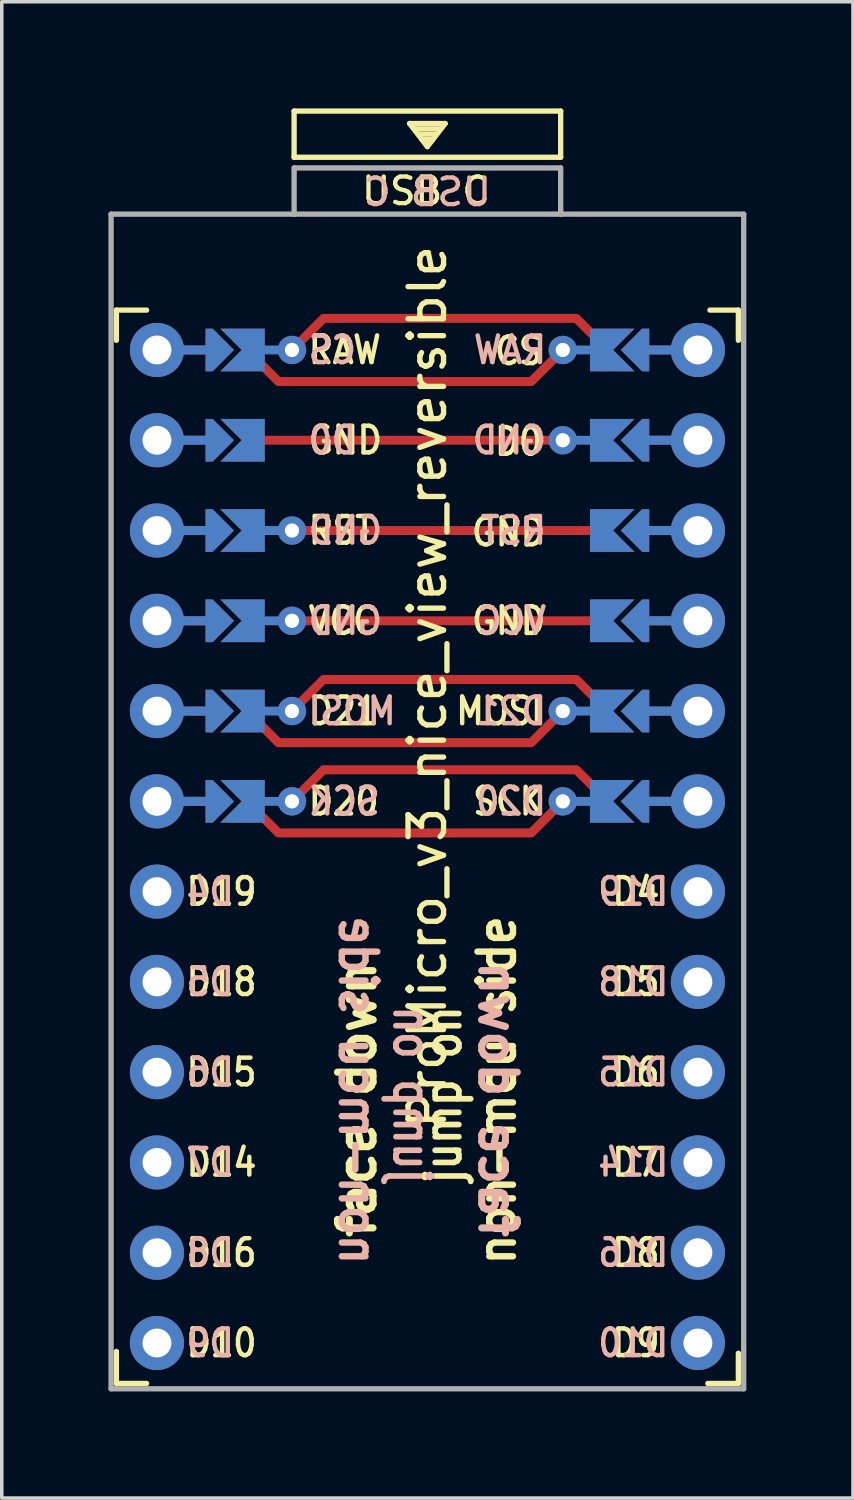
<source format=kicad_pcb>
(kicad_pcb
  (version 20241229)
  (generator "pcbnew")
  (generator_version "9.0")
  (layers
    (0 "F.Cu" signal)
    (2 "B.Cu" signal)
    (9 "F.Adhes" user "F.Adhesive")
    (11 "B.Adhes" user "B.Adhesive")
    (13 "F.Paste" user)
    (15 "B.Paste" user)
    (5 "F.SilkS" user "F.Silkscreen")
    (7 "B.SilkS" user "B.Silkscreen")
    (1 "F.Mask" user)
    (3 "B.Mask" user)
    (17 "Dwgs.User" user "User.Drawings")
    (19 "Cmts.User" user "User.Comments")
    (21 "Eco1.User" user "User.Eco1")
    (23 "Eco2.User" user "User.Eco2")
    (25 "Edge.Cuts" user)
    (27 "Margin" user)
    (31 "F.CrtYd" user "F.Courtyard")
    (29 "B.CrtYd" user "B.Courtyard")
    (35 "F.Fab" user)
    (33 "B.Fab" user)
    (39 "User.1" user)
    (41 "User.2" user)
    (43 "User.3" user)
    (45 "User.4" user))
  (footprint "ProMicro_v3_nice_view_reversible"
    (layer "F.Cu")
    (at 8.975 21.275)
    (property "Reference" "ProMicro_v3_nice_view_reversible" (at 0 -5 270) (layer "F.SilkS") (effects (font (size 1 1) (thickness 0.15))))
    (attr through_hole)
    (fp_line (start -5.842 -14.478) (end -7.62 -14.478) (stroke (width 0.254) (type default)) (layer "F.Cu"))
    (fp_line (start -5.842 -11.938) (end -7.62 -11.938) (stroke (width 0.254) (type default)) (layer "F.Cu"))
    (fp_line (start -5.842 -9.398) (end -7.62 -9.398) (stroke (width 0.254) (type default)) (layer "F.Cu"))
    (fp_line (start -5.842 -6.858) (end -7.62 -6.858) (stroke (width 0.254) (type default)) (layer "F.Cu"))
    (fp_line (start -5.842 -4.318) (end -7.62 -4.318) (stroke (width 0.254) (type default)) (layer "F.Cu"))
    (fp_line (start -5.842 -1.778) (end -7.62 -1.778) (stroke (width 0.254) (type default)) (layer "F.Cu"))
    (fp_line (start 5.842 -14.478) (end 7.62 -14.478) (stroke (width 0.254) (type default)) (layer "F.Cu"))
    (fp_line (start 5.842 -11.938) (end 7.62 -11.938) (stroke (width 0.254) (type default)) (layer "F.Cu"))
    (fp_line (start 5.842 -9.398) (end 7.62 -9.398) (stroke (width 0.254) (type default)) (layer "F.Cu"))
    (fp_line (start 5.842 -6.858) (end 7.62 -6.858) (stroke (width 0.254) (type default)) (layer "F.Cu"))
    (fp_line (start 5.842 -4.318) (end 7.62 -4.318) (stroke (width 0.254) (type default)) (layer "F.Cu"))
    (fp_line (start 5.842 -1.778) (end 7.62 -1.778) (stroke (width 0.254) (type default)) (layer "F.Cu"))
    (fp_rect (start -6.096 -14.986) (end -5.08 -13.97) (stroke (width 0.2) (type solid)) (fill yes) (layer "F.Mask"))
    (fp_rect (start -6.096 -9.898) (end -5.096 -8.898) (stroke (width 0.2) (type solid)) (fill yes) (layer "F.Mask"))
    (fp_rect (start -6.08 -12.438) (end -5.08 -11.438) (stroke (width 0.2) (type solid)) (fill yes) (layer "F.Mask"))
    (fp_rect (start -6.08 -7.358) (end -5.08 -6.358) (stroke (width 0.2) (type solid)) (fill yes) (layer "F.Mask"))
    (fp_rect (start -6.08 -4.818) (end -5.08 -3.818) (stroke (width 0.2) (type solid)) (fill yes) (layer "F.Mask"))
    (fp_rect (start -6.08 -2.278) (end -5.08 -1.278) (stroke (width 0.2) (type solid)) (fill yes) (layer "F.Mask"))
    (fp_rect (start 5.08 -14.978) (end 6.08 -13.978) (stroke (width 0.2) (type solid)) (fill yes) (layer "F.Mask"))
    (fp_rect (start 5.08 -12.438) (end 6.08 -11.438) (stroke (width 0.2) (type solid)) (fill yes) (layer "F.Mask"))
    (fp_rect (start 5.08 -9.898) (end 6.08 -8.898) (stroke (width 0.2) (type solid)) (fill yes) (layer "F.Mask"))
    (fp_rect (start 5.08 -7.358) (end 6.08 -6.358) (stroke (width 0.2) (type solid)) (fill yes) (layer "F.Mask"))
    (fp_rect (start 5.08 -4.818) (end 6.08 -3.818) (stroke (width 0.2) (type solid)) (fill yes) (layer "F.Mask"))
    (fp_rect (start 5.08 -2.278) (end 6.08 -1.278) (stroke (width 0.2) (type solid)) (fill yes) (layer "F.Mask"))
    (fp_line (start -5.842 -14.478) (end -7.62 -14.478) (stroke (width 0.254) (type default)) (layer "B.Cu"))
    (fp_line (start -5.842 -11.938) (end -7.62 -11.938) (stroke (width 0.254) (type default)) (layer "B.Cu"))
    (fp_line (start -5.842 -9.398) (end -7.62 -9.398) (stroke (width 0.254) (type default)) (layer "B.Cu"))
    (fp_line (start -5.842 -6.858) (end -7.62 -6.858) (stroke (width 0.254) (type default)) (layer "B.Cu"))
    (fp_line (start -5.842 -4.318) (end -7.62 -4.318) (stroke (width 0.254) (type default)) (layer "B.Cu"))
    (fp_line (start -5.842 -1.778) (end -7.62 -1.778) (stroke (width 0.254) (type default)) (layer "B.Cu"))
    (fp_line (start 5.842 -14.478) (end 7.62 -14.478) (stroke (width 0.254) (type default)) (layer "B.Cu"))
    (fp_line (start 5.842 -11.938) (end 7.62 -11.938) (stroke (width 0.254) (type default)) (layer "B.Cu"))
    (fp_line (start 5.842 -9.398) (end 7.62 -9.398) (stroke (width 0.254) (type default)) (layer "B.Cu"))
    (fp_line (start 5.842 -6.858) (end 7.62 -6.858) (stroke (width 0.254) (type default)) (layer "B.Cu"))
    (fp_line (start 5.842 -4.318) (end 7.62 -4.318) (stroke (width 0.254) (type default)) (layer "B.Cu"))
    (fp_line (start 5.842 -1.778) (end 7.62 -1.778) (stroke (width 0.254) (type default)) (layer "B.Cu"))
    (fp_rect (start -6.096 -14.986) (end -5.08 -13.97) (stroke (width 0.2) (type solid)) (fill yes) (layer "B.Mask"))
    (fp_rect (start -6.08 -12.438) (end -5.08 -11.438) (stroke (width 0.2) (type solid)) (fill yes) (layer "B.Mask"))
    (fp_rect (start -6.08 -9.898) (end -5.08 -8.898) (stroke (width 0.2) (type solid)) (fill yes) (layer "B.Mask"))
    (fp_rect (start -6.08 -7.358) (end -5.08 -6.358) (stroke (width 0.2) (type solid)) (fill yes) (layer "B.Mask"))
    (fp_rect (start -6.08 -4.818) (end -5.08 -3.818) (stroke (width 0.2) (type solid)) (fill yes) (layer "B.Mask"))
    (fp_rect (start -6.08 -2.278) (end -5.08 -1.278) (stroke (width 0.2) (type solid)) (fill yes) (layer "B.Mask"))
    (fp_rect (start 5.08 -14.978) (end 6.08 -13.978) (stroke (width 0.2) (type solid)) (fill yes) (layer "B.Mask"))
    (fp_rect (start 5.08 -12.438) (end 6.08 -11.438) (stroke (width 0.2) (type solid)) (fill yes) (layer "B.Mask"))
    (fp_rect (start 5.08 -9.898) (end 6.08 -8.898) (stroke (width 0.2) (type solid)) (fill yes) (layer "B.Mask"))
    (fp_rect (start 5.08 -7.358) (end 6.08 -6.358) (stroke (width 0.2) (type solid)) (fill yes) (layer "B.Mask"))
    (fp_rect (start 5.08 -4.818) (end 6.08 -3.818) (stroke (width 0.2) (type solid)) (fill yes) (layer "B.Mask"))
    (fp_rect (start 5.08 -2.278) (end 6.08 -1.278) (stroke (width 0.2) (type solid)) (fill yes) (layer "B.Mask"))
    (fp_line (start -8.75 -15.6) (end -8.75 -14.75) (stroke (width 0.15) (type solid)) (layer "F.SilkS"))
    (fp_line (start -8.75 -15.6) (end -7.9 -15.6) (stroke (width 0.15) (type solid)) (layer "F.SilkS"))
    (fp_line (start -8.75 13.7) (end -8.75 14.6) (stroke (width 0.15) (type solid)) (layer "F.SilkS"))
    (fp_line (start -8.75 14.6) (end -7.9 14.6) (stroke (width 0.15) (type solid)) (layer "F.SilkS"))
    (fp_line (start -3.75 -21.2) (end -3.75 -19.9) (stroke (width 0.15) (type solid)) (layer "F.SilkS"))
    (fp_line (start -3.75 -19.9) (end 3.75 -19.9) (stroke (width 0.15) (type solid)) (layer "F.SilkS"))
    (fp_line (start -0.5 -20.85) (end 0.5 -20.85) (stroke (width 0.15) (type solid)) (layer "F.SilkS"))
    (fp_line (start -0.35 -20.7) (end 0.35 -20.7) (stroke (width 0.15) (type solid)) (layer "F.SilkS"))
    (fp_line (start -0.25 -20.55) (end 0.25 -20.55) (stroke (width 0.15) (type solid)) (layer "F.SilkS"))
    (fp_line (start -0.15 -20.4) (end 0.15 -20.4) (stroke (width 0.15) (type solid)) (layer "F.SilkS"))
    (fp_line (start 0 -20.2) (end -0.5 -20.85) (stroke (width 0.15) (type solid)) (layer "F.SilkS"))
    (fp_line (start 0.5 -20.85) (end 0 -20.2) (stroke (width 0.15) (type solid)) (layer "F.SilkS"))
    (fp_line (start 3.75 -21.2) (end -3.75 -21.2) (stroke (width 0.15) (type solid)) (layer "F.SilkS"))
    (fp_line (start 3.75 -19.9) (end 3.75 -21.2) (stroke (width 0.15) (type solid)) (layer "F.SilkS"))
    (fp_line (start 8.75 -15.6) (end 7.95 -15.6) (stroke (width 0.15) (type solid)) (layer "F.SilkS"))
    (fp_line (start 8.75 -15.6) (end 8.75 -14.75) (stroke (width 0.15) (type solid)) (layer "F.SilkS"))
    (fp_line (start 8.75 13.75) (end 8.75 14.6) (stroke (width 0.15) (type solid)) (layer "F.SilkS"))
    (fp_line (start 8.75 14.6) (end 7.89 14.6) (stroke (width 0.15) (type solid)) (layer "F.SilkS"))
    (fp_line (start -8.9 -18.3) (end -3.75 -18.3) (stroke (width 0.15) (type solid)) (layer "F.Fab"))
    (fp_line (start -8.9 14.75) (end -8.9 -18.3) (stroke (width 0.15) (type solid)) (layer "F.Fab"))
    (fp_line (start -3.75 -19.6) (end -3.75 -18.299) (stroke (width 0.15) (type solid)) (layer "F.Fab"))
    (fp_line (start -3.75 -19.6) (end 3.75 -19.6) (stroke (width 0.15) (type solid)) (layer "F.Fab"))
    (fp_line (start -3.75 -18.3) (end 3.75 -18.3) (stroke (width 0.15) (type solid)) (layer "F.Fab"))
    (fp_line (start 3.75 -19.6) (end 3.75 -18.3) (stroke (width 0.15) (type solid)) (layer "F.Fab"))
    (fp_line (start 3.76 -18.3) (end 8.9 -18.3) (stroke (width 0.15) (type solid)) (layer "F.Fab"))
    (fp_line (start 8.9 -18.3) (end 8.9 14.75) (stroke (width 0.15) (type solid)) (layer "F.Fab"))
    (fp_line (start 8.9 14.75) (end -8.9 14.75) (stroke (width 0.15) (type solid)) (layer "F.Fab"))
    (fp_text user "D15" (at -6.847 5.842 0) (unlocked yes) (layer "F.SilkS") (effects (font (size 0.75 0.67) (thickness 0.125)) (justify left)))
    (fp_text user "D9" (at 6.604 13.462 0) (unlocked yes) (layer "F.SilkS") (effects (font (size 0.75 0.67) (thickness 0.125)) (justify right)))
    (fp_text user "face down" (at -1.397 6.604 90) (unlocked yes) (layer "F.SilkS") (effects (font (size 1 1) (thickness 0.2) (bold yes)) (justify bottom)))
    (fp_text user "D18" (at -6.847 3.302 0) (unlocked yes) (layer "F.SilkS") (effects (font (size 0.75 0.67) (thickness 0.125)) (justify left)))
    (fp_text user "D16" (at -6.847 10.922 0) (unlocked yes) (layer "F.SilkS") (effects (font (size 0.75 0.67) (thickness 0.125)) (justify left)))
    (fp_text user "RST" (at -3.41 -9.398 0) (unlocked yes) (layer "F.SilkS") (effects (font (size 0.75 0.67) (thickness 0.125)) (justify left)))
    (fp_text user "D8" (at 6.604 10.922 0) (unlocked yes) (layer "F.SilkS") (effects (font (size 0.75 0.67) (thickness 0.125)) (justify right)))
    (fp_text user "MOSI" (at 2.032 -4.318 0) (unlocked yes) (layer "F.SilkS") (effects (font (size 0.75 0.67) (thickness 0.125))))
    (fp_text user "D6" (at 6.604 5.842 0) (unlocked yes) (layer "F.SilkS") (effects (font (size 0.75 0.67) (thickness 0.125)) (justify right)))
    (fp_text user "CS" (at 3.302 -14.45 0) (unlocked yes) (layer "F.SilkS") (effects (font (size 0.75 0.67) (thickness 0.125)) (justify right)))
    (fp_text user "D0" (at 3.302 -11.9 0) (unlocked yes) (layer "F.SilkS") (effects (font (size 0.75 0.67) (thickness 0.125)) (justify right)))
    (fp_text user "jump on" (at 1.016 6.477 90) (unlocked yes) (layer "F.SilkS") (effects (font (size 1 0.8) (thickness 0.16) (bold yes)) (justify bottom)))
    (fp_text user "SCK" (at 2.286 -1.778 0) (unlocked yes) (layer "F.SilkS") (effects (font (size 0.75 0.67) (thickness 0.125))))
    (fp_text user "D21" (at -3.41 -4.318 0) (unlocked yes) (layer "F.SilkS") (effects (font (size 0.75 0.67) (thickness 0.125)) (justify left)))
    (fp_text user "GND" (at -3.41 -11.938 0) (unlocked yes) (layer "F.SilkS") (effects (font (size 0.75 0.67) (thickness 0.125)) (justify left)))
    (fp_text user "D14" (at -6.847 8.382 0) (unlocked yes) (layer "F.SilkS") (effects (font (size 0.75 0.67) (thickness 0.125)) (justify left)))
    (fp_text user "GND" (at 2.282 -9.35 0) (unlocked yes) (layer "F.SilkS") (effects (font (size 0.75 0.67) (thickness 0.125))))
    (fp_text user "D10" (at -6.847 13.462 0) (unlocked yes) (layer "F.SilkS") (effects (font (size 0.75 0.67) (thickness 0.125)) (justify left)))
    (fp_text user "RAW" (at -3.41 -14.478 0) (unlocked yes) (layer "F.SilkS") (effects (font (size 0.75 0.67) (thickness 0.125)) (justify left)))
    (fp_text user "D7" (at 6.604 8.382 0) (unlocked yes) (layer "F.SilkS") (effects (font (size 0.75 0.67) (thickness 0.125)) (justify right)))
    (fp_text user "D20" (at -3.41 -1.778 0) (unlocked yes) (layer "F.SilkS") (effects (font (size 0.75 0.67) (thickness 0.125)) (justify left)))
    (fp_text user "non-mcu side" (at 2.54 6.35 90) (unlocked yes) (layer "F.SilkS") (effects (font (size 1 0.9) (thickness 0.18) (bold yes)) (justify bottom)))
    (fp_text user "D19" (at -6.847 0.762 0) (unlocked yes) (layer "F.SilkS") (effects (font (size 0.75 0.67) (thickness 0.125)) (justify left)))
    (fp_text user "GND" (at 2.286 -6.858 0) (unlocked yes) (layer "F.SilkS") (effects (font (size 0.75 0.67) (thickness 0.125))))
    (fp_text user "VCC" (at -3.41 -6.858 0) (unlocked yes) (layer "F.SilkS") (effects (font (size 0.75 0.67) (thickness 0.125)) (justify left)))
    (fp_text user "USB C" (at -0.05 -18.95 0) (layer "F.SilkS") (effects (font (size 0.75 0.75) (thickness 0.12))))
    (fp_text user "D5" (at 6.604 3.302 0) (unlocked yes) (layer "F.SilkS") (effects (font (size 0.75 0.67) (thickness 0.125)) (justify right)))
    (fp_text user "D4" (at 6.604 0.762 0) (unlocked yes) (layer "F.SilkS") (effects (font (size 0.75 0.67) (thickness 0.125)) (justify right)))
    (fp_text user "D14" (at 6.849 8.382 0) (unlocked yes) (layer "B.SilkS") (effects (font (size 0.75 0.67) (thickness 0.125)) (justify left mirror)))
    (fp_text user "D20" (at 3.41 -1.778 0) (unlocked yes) (layer "B.SilkS") (effects (font (size 0.75 0.67) (thickness 0.125)) (justify left mirror)))
    (fp_text user "D4" (at -6.847 0.762 0) (unlocked yes) (layer "B.SilkS") (effects (font (size 0.75 0.67) (thickness 0.125)) (justify right mirror)))
    (fp_text user "D16" (at 6.849 10.922 0) (unlocked yes) (layer "B.SilkS") (effects (font (size 0.75 0.67) (thickness 0.125)) (justify left mirror)))
    (fp_text user "face down" (at 1.397 6.604 270) (unlocked yes) (layer "B.SilkS") (effects (font (size 1 1) (thickness 0.2) (bold yes)) (justify bottom mirror)))
    (fp_text user "D15" (at 6.849 5.842 0) (unlocked yes) (layer "B.SilkS") (effects (font (size 0.75 0.67) (thickness 0.125)) (justify left mirror)))
    (fp_text user "GND" (at -3.41 -9.398 0) (unlocked yes) (layer "B.SilkS") (effects (font (size 0.75 0.67) (thickness 0.125)) (justify right mirror)))
    (fp_text user "USB C" (at 0 -18.923 0) (layer "B.SilkS") (effects (font (size 0.75 0.75) (thickness 0.12)) (justify mirror)))
    (fp_text user "RST" (at 3.41 -9.398 0) (unlocked yes) (layer "B.SilkS") (effects (font (size 0.75 0.67) (thickness 0.125)) (justify left mirror)))
    (fp_text user "D9" (at -6.847 13.462 0) (unlocked yes) (layer "B.SilkS") (effects (font (size 0.75 0.67) (thickness 0.125)) (justify right mirror)))
    (fp_text user "RAW" (at 3.41 -14.478 0) (unlocked yes) (layer "B.SilkS") (effects (font (size 0.75 0.67) (thickness 0.125)) (justify left mirror)))
    (fp_text user "D8" (at -6.847 10.922 0) (unlocked yes) (layer "B.SilkS") (effects (font (size 0.75 0.67) (thickness 0.125)) (justify right mirror)))
    (fp_text user "MOSI" (at -3.41 -4.318 0) (unlocked yes) (layer "B.SilkS") (effects (font (size 0.75 0.67) (thickness 0.125)) (justify right mirror)))
    (fp_text user "VCC" (at 3.41 -6.858 0) (unlocked yes) (layer "B.SilkS") (effects (font (size 0.75 0.67) (thickness 0.125)) (justify left mirror)))
    (fp_text user "D5" (at -6.847 3.302 0) (unlocked yes) (layer "B.SilkS") (effects (font (size 0.75 0.67) (thickness 0.125)) (justify right mirror)))
    (fp_text user "SCK" (at -3.41 -1.778 0) (unlocked yes) (layer "B.SilkS") (effects (font (size 0.75 0.67) (thickness 0.125)) (justify right mirror)))
    (fp_text user "GND" (at 3.41 -11.938 0) (unlocked yes) (layer "B.SilkS") (effects (font (size 0.75 0.67) (thickness 0.125)) (justify left mirror)))
    (fp_text user "D21" (at 3.41 -4.318 0) (unlocked yes) (layer "B.SilkS") (effects (font (size 0.75 0.67) (thickness 0.125)) (justify left mirror)))
    (fp_text user "D0" (at -3.41 -11.938 0) (unlocked yes) (layer "B.SilkS") (effects (font (size 0.75 0.67) (thickness 0.125)) (justify right mirror)))
    (fp_text user "D6" (at -6.847 5.842 0) (unlocked yes) (layer "B.SilkS") (effects (font (size 0.75 0.67) (thickness 0.125)) (justify right mirror)))
    (fp_text user "D19" (at 6.849 0.762 0) (unlocked yes) (layer "B.SilkS") (effects (font (size 0.75 0.67) (thickness 0.125)) (justify left mirror)))
    (fp_text user "D10" (at 6.849 13.462 0) (unlocked yes) (layer "B.SilkS") (effects (font (size 0.75 0.67) (thickness 0.125)) (justify left mirror)))
    (fp_text user "CS" (at -3.41 -14.478 0) (unlocked yes) (layer "B.SilkS") (effects (font (size 0.75 0.67) (thickness 0.125)) (justify right mirror)))
    (fp_text user "D18" (at 6.849 3.302 0) (unlocked yes) (layer "B.SilkS") (effects (font (size 0.75 0.67) (thickness 0.125)) (justify left mirror)))
    (fp_text user "jump on" (at -1.016 6.477 270) (unlocked yes) (layer "B.SilkS") (effects (font (size 1 0.8) (thickness 0.16) (bold yes)) (justify bottom mirror)))
    (fp_text user "GND" (at -3.41 -6.858 0) (unlocked yes) (layer "B.SilkS") (effects (font (size 0.75 0.67) (thickness 0.125)) (justify right mirror)))
    (fp_text user "non-mcu side" (at -2.54 6.35 270) (unlocked yes) (layer "B.SilkS") (effects (font (size 1 0.9) (thickness 0.18) (bold yes)) (justify bottom mirror)))
    (fp_text user "D7" (at -6.847 8.382 0) (unlocked yes) (layer "B.SilkS") (effects (font (size 0.75 0.67) (thickness 0.125)) (justify right mirror)))
    (pad "" thru_hole circle (at -7.609 -14.478) (size 1.524 1.524) (drill 0.813) (layers "*.Cu" "*.Mask"))
    (pad "" thru_hole circle (at -7.609 -11.938) (size 1.524 1.524) (drill 0.813) (layers "*.Cu" "*.Mask"))
    (pad "" thru_hole circle (at -7.609 -9.398) (size 1.524 1.524) (drill 0.813) (layers "*.Cu" "*.Mask"))
    (pad "" thru_hole circle (at -7.609 -6.858) (size 1.524 1.524) (drill 0.813) (layers "*.Cu" "*.Mask"))
    (pad "" thru_hole circle (at -7.609 -4.318) (size 1.524 1.524) (drill 0.813) (layers "*.Cu" "*.Mask"))
    (pad "" thru_hole circle (at -7.609 -1.778) (size 1.524 1.524) (drill 0.813) (layers "*.Cu" "*.Mask"))
    (pad "" smd custom (at -5.842 -14.478 90) (size 0.1 0.1) (layers "F.Cu" "F.Mask") (options (anchor rect)) (primitives (gr_poly (pts (xy 0.6 -0.4) (xy -0.6 -0.4) (xy -0.6 -0.2) (xy 0 0.4) (xy 0.6 -0.2)) (width 0) (fill yes))))
    (pad "" smd custom (at -5.842 -14.478 90) (size 0.1 0.1) (layers "B.Cu" "B.Mask") (options (anchor rect)) (primitives (gr_poly (pts (xy 0.6 -0.4) (xy -0.6 -0.4) (xy -0.6 -0.2) (xy 0 0.4) (xy 0.6 -0.2)) (width 0) (fill yes))))
    (pad "" smd custom (at -5.842 -11.938 90) (size 0.1 0.1) (layers "F.Cu" "F.Mask") (options (anchor rect)) (primitives (gr_poly (pts (xy 0.6 -0.4) (xy -0.6 -0.4) (xy -0.6 -0.2) (xy 0 0.4) (xy 0.6 -0.2)) (width 0) (fill yes))))
    (pad "" smd custom (at -5.842 -11.938 90) (size 0.1 0.1) (layers "B.Cu" "B.Mask") (options (anchor rect)) (primitives (gr_poly (pts (xy 0.6 -0.4) (xy -0.6 -0.4) (xy -0.6 -0.2) (xy 0 0.4) (xy 0.6 -0.2)) (width 0) (fill yes))))
    (pad "" smd custom (at -5.842 -9.398 90) (size 0.1 0.1) (layers "F.Cu" "F.Mask") (options (anchor rect)) (primitives (gr_poly (pts (xy 0.6 -0.4) (xy -0.6 -0.4) (xy -0.6 -0.2) (xy 0 0.4) (xy 0.6 -0.2)) (width 0) (fill yes))))
    (pad "" smd custom (at -5.842 -9.398 90) (size 0.1 0.1) (layers "B.Cu" "B.Mask") (options (anchor rect)) (primitives (gr_poly (pts (xy 0.6 -0.4) (xy -0.6 -0.4) (xy -0.6 -0.2) (xy 0 0.4) (xy 0.6 -0.2)) (width 0) (fill yes))))
    (pad "" smd custom (at -5.842 -6.858 90) (size 0.1 0.1) (layers "F.Cu" "F.Mask") (options (anchor rect)) (primitives (gr_poly (pts (xy 0.6 -0.4) (xy -0.6 -0.4) (xy -0.6 -0.2) (xy 0 0.4) (xy 0.6 -0.2)) (width 0) (fill yes))))
    (pad "" smd custom (at -5.842 -6.858 90) (size 0.1 0.1) (layers "B.Cu" "B.Mask") (options (anchor rect)) (primitives (gr_poly (pts (xy 0.6 -0.4) (xy -0.6 -0.4) (xy -0.6 -0.2) (xy 0 0.4) (xy 0.6 -0.2)) (width 0) (fill yes))))
    (pad "" smd custom (at -5.842 -4.318 90) (size 0.1 0.1) (layers "F.Cu" "F.Mask") (options (anchor rect)) (primitives (gr_poly (pts (xy 0.6 -0.4) (xy -0.6 -0.4) (xy -0.6 -0.2) (xy 0 0.4) (xy 0.6 -0.2)) (width 0) (fill yes))))
    (pad "" smd custom (at -5.842 -4.318 90) (size 0.1 0.1) (layers "B.Cu" "B.Mask") (options (anchor rect)) (primitives (gr_poly (pts (xy 0.6 -0.4) (xy -0.6 -0.4) (xy -0.6 -0.2) (xy 0 0.4) (xy 0.6 -0.2)) (width 0) (fill yes))))
    (pad "" smd custom (at -5.842 -1.778 90) (size 0.1 0.1) (layers "F.Cu" "F.Mask") (options (anchor rect)) (primitives (gr_poly (pts (xy 0.6 -0.4) (xy -0.6 -0.4) (xy -0.6 -0.2) (xy 0 0.4) (xy 0.6 -0.2)) (width 0) (fill yes))))
    (pad "" smd custom (at -5.842 -1.778 90) (size 0.1 0.1) (layers "B.Cu" "B.Mask") (options (anchor rect)) (primitives (gr_poly (pts (xy 0.6 -0.4) (xy -0.6 -0.4) (xy -0.6 -0.2) (xy 0 0.4) (xy 0.6 -0.2)) (width 0) (fill yes))))
    (pad "" smd custom (at 5.842 -14.478 270) (size 0.1 0.1) (layers "F.Cu" "F.Mask") (options (anchor rect)) (primitives (gr_poly (pts (xy 0.6 -0.4) (xy -0.6 -0.4) (xy -0.6 -0.2) (xy 0 0.4) (xy 0.6 -0.2)) (width 0) (fill yes))))
    (pad "" smd custom (at 5.842 -14.478 270) (size 0.1 0.1) (layers "B.Cu" "B.Mask") (options (anchor rect)) (primitives (gr_poly (pts (xy 0.6 -0.4) (xy -0.6 -0.4) (xy -0.6 -0.2) (xy 0 0.4) (xy 0.6 -0.2)) (width 0) (fill yes))))
    (pad "" smd custom (at 5.842 -11.938 270) (size 0.1 0.1) (layers "F.Cu" "F.Mask") (options (anchor rect)) (primitives (gr_poly (pts (xy 0.6 -0.4) (xy -0.6 -0.4) (xy -0.6 -0.2) (xy 0 0.4) (xy 0.6 -0.2)) (width 0) (fill yes))))
    (pad "" smd custom (at 5.842 -11.938 270) (size 0.1 0.1) (layers "B.Cu" "B.Mask") (options (anchor rect)) (primitives (gr_poly (pts (xy 0.6 -0.4) (xy -0.6 -0.4) (xy -0.6 -0.2) (xy 0 0.4) (xy 0.6 -0.2)) (width 0) (fill yes))))
    (pad "" smd custom (at 5.842 -9.398 270) (size 0.1 0.1) (layers "F.Cu" "F.Mask") (options (anchor rect)) (primitives (gr_poly (pts (xy 0.6 -0.4) (xy -0.6 -0.4) (xy -0.6 -0.2) (xy 0 0.4) (xy 0.6 -0.2)) (width 0) (fill yes))))
    (pad "" smd custom (at 5.842 -9.398 270) (size 0.1 0.1) (layers "B.Cu" "B.Mask") (options (anchor rect)) (primitives (gr_poly (pts (xy 0.6 -0.4) (xy -0.6 -0.4) (xy -0.6 -0.2) (xy 0 0.4) (xy 0.6 -0.2)) (width 0) (fill yes))))
    (pad "" smd custom (at 5.842 -6.858 270) (size 0.1 0.1) (layers "F.Cu" "F.Mask") (options (anchor rect)) (primitives (gr_poly (pts (xy 0.6 -0.4) (xy -0.6 -0.4) (xy -0.6 -0.2) (xy 0 0.4) (xy 0.6 -0.2)) (width 0) (fill yes))))
    (pad "" smd custom (at 5.842 -6.858 270) (size 0.1 0.1) (layers "B.Cu" "B.Mask") (options (anchor rect)) (primitives (gr_poly (pts (xy 0.6 -0.4) (xy -0.6 -0.4) (xy -0.6 -0.2) (xy 0 0.4) (xy 0.6 -0.2)) (width 0) (fill yes))))
    (pad "" smd custom (at 5.842 -4.318 270) (size 0.1 0.1) (layers "F.Cu" "F.Mask") (options (anchor rect)) (primitives (gr_poly (pts (xy 0.6 -0.4) (xy -0.6 -0.4) (xy -0.6 -0.2) (xy 0 0.4) (xy 0.6 -0.2)) (width 0) (fill yes))))
    (pad "" smd custom (at 5.842 -4.318 270) (size 0.1 0.1) (layers "B.Cu" "B.Mask") (options (anchor rect)) (primitives (gr_poly (pts (xy 0.6 -0.4) (xy -0.6 -0.4) (xy -0.6 -0.2) (xy 0 0.4) (xy 0.6 -0.2)) (width 0) (fill yes))))
    (pad "" smd custom (at 5.842 -1.778 270) (size 0.1 0.1) (layers "F.Cu" "F.Mask") (options (anchor rect)) (primitives (gr_poly (pts (xy 0.6 -0.4) (xy -0.6 -0.4) (xy -0.6 -0.2) (xy 0 0.4) (xy 0.6 -0.2)) (width 0) (fill yes))))
    (pad "" smd custom (at 5.842 -1.778 270) (size 0.1 0.1) (layers "B.Cu" "B.Mask") (options (anchor rect)) (primitives (gr_poly (pts (xy 0.6 -0.4) (xy -0.6 -0.4) (xy -0.6 -0.2) (xy 0 0.4) (xy 0.6 -0.2)) (width 0) (fill yes))))
    (pad "" thru_hole circle (at 7.611 -14.478) (size 1.524 1.524) (drill 0.813) (layers "*.Cu" "*.Mask"))
    (pad "" thru_hole circle (at 7.611 -11.938) (size 1.524 1.524) (drill 0.813) (layers "*.Cu" "*.Mask"))
    (pad "" thru_hole circle (at 7.611 -9.398) (size 1.524 1.524) (drill 0.813) (layers "*.Cu" "*.Mask"))
    (pad "" thru_hole circle (at 7.611 -6.858) (size 1.524 1.524) (drill 0.813) (layers "*.Cu" "*.Mask"))
    (pad "" thru_hole circle (at 7.611 -4.318) (size 1.524 1.524) (drill 0.813) (layers "*.Cu" "*.Mask"))
    (pad "" thru_hole circle (at 7.611 -1.778) (size 1.524 1.524) (drill 0.813) (layers "*.Cu" "*.Mask"))
    (pad "1" smd custom (at -4.826 -14.478 90) (size 1.2 0.5) (layers "F.Cu" "F.Mask") (options (anchor rect)) (primitives (gr_line (start 0 -0.254) (end -0.889 0.635) (width 0.254)) (gr_line (start -0.889 0.635) (end -0.889 7.747) (width 0.254)) (gr_line (start 0 8.636) (end -0.889 7.747) (width 0.254)) (gr_poly (pts (xy 0.6 0) (xy -0.6 0) (xy -0.6 -1) (xy 0 -0.4) (xy 0.6 -1)) (width 0) (fill yes))))
    (pad "1" thru_hole circle (at 3.81 -14.478 90) (size 0.8 0.8) (drill 0.4) (layers "*.Cu"))
    (pad "1" smd custom (at 4.826 -14.478 270) (size 1.2 0.5) (layers "B.Cu" "B.Mask") (options (anchor rect)) (primitives (gr_line (start 0 -0.25) (end 0 1.016) (width 0.25)) (gr_poly (pts (xy 0.6 0) (xy -0.6 0) (xy -0.6 -1) (xy 0 -0.4) (xy 0.6 -1)) (width 0) (fill yes))))
    (pad "2" smd custom (at -4.826 -11.938 90) (size 1.2 0.5) (layers "F.Cu" "F.Mask") (options (anchor rect)) (primitives (gr_line (start 0 -0.25) (end 0 8.636) (width 0.25)) (gr_poly (pts (xy 0.6 0) (xy -0.6 0) (xy -0.6 -1) (xy 0 -0.4) (xy 0.6 -1)) (width 0) (fill yes))))
    (pad "2" thru_hole circle (at 3.81 -11.938 90) (size 0.8 0.8) (drill 0.4) (layers "*.Cu"))
    (pad "2" smd custom (at 4.826 -11.938 270) (size 1.2 0.5) (layers "B.Cu" "B.Mask") (options (anchor rect)) (primitives (gr_line (start 0 -0.25) (end 0 1.016) (width 0.25)) (gr_poly (pts (xy 0.6 0) (xy -0.6 0) (xy -0.6 -1) (xy 0 -0.4) (xy 0.6 -1)) (width 0) (fill yes))))
    (pad "3" smd custom (at -4.826 -9.398 90) (size 1.2 0.5) (layers "F.Cu" "F.Mask") (options (anchor rect)) (primitives (gr_poly (pts (xy 0.6 0) (xy -0.6 0) (xy -0.6 -1) (xy 0 -0.4) (xy 0.6 -1)) (width 0) (fill yes))))
    (pad "3" smd custom (at 4.826 -9.398 270) (size 1.2 0.5) (layers "B.Cu" "B.Mask") (options (anchor rect)) (primitives (gr_poly (pts (xy 0.6 0) (xy -0.6 0) (xy -0.6 -1) (xy 0 -0.4) (xy 0.6 -1)) (width 0) (fill yes))))
    (pad "4" smd custom (at -4.826 -6.858 90) (size 1.2 0.5) (layers "F.Cu" "F.Mask") (options (anchor rect)) (primitives (gr_poly (pts (xy 0.6 0) (xy -0.6 0) (xy -0.6 -1) (xy 0 -0.4) (xy 0.6 -1)) (width 0) (fill yes))))
    (pad "4" smd custom (at 4.826 -6.858 270) (size 1.2 0.5) (layers "B.Cu" "B.Mask") (options (anchor rect)) (primitives (gr_poly (pts (xy 0.6 0) (xy -0.6 0) (xy -0.6 -1) (xy 0 -0.4) (xy 0.6 -1)) (width 0) (fill yes))))
    (pad "5" smd custom (at -4.826 -4.318 90) (size 1.2 0.5) (layers "F.Cu" "F.Mask") (options (anchor rect)) (primitives (gr_line (start 0 -0.254) (end -0.889 0.635) (width 0.254)) (gr_line (start -0.889 0.635) (end -0.889 7.747) (width 0.254)) (gr_line (start 0 8.636) (end -0.889 7.747) (width 0.254)) (gr_poly (pts (xy 0.6 0) (xy -0.6 0) (xy -0.6 -1) (xy 0 -0.4) (xy 0.6 -1)) (width 0) (fill yes))))
    (pad "5" thru_hole circle (at 3.81 -4.318 90) (size 0.8 0.8) (drill 0.4) (layers "*.Cu"))
    (pad "5" smd custom (at 4.826 -4.318 270) (size 1.2 0.5) (layers "B.Cu" "B.Mask") (options (anchor rect)) (primitives (gr_poly (pts (xy 0.6 0) (xy -0.6 0) (xy -0.6 -1) (xy 0 -0.4) (xy 0.6 -1)) (width 0) (fill yes)) (gr_line (start 0 -0.254) (end 0 1.016) (width 0.254))))
    (pad "6" smd custom (at -4.826 -1.778 90) (size 1.2 0.5) (layers "F.Cu" "F.Mask") (options (anchor rect)) (primitives (gr_poly (pts (xy 0.6 0) (xy -0.6 0) (xy -0.6 -1) (xy 0 -0.4) (xy 0.6 -1)) (width 0) (fill yes)) (gr_line (start 0 -0.254) (end -0.889 0.635) (width 0.254)) (gr_line (start -0.889 0.635) (end -0.889 7.747) (width 0.254)) (gr_line (start 0 8.636) (end -0.889 7.747) (width 0.254))))
    (pad "6" thru_hole circle (at 3.81 -1.778 90) (size 0.8 0.8) (drill 0.4) (layers "*.Cu"))
    (pad "6" smd custom (at 4.826 -1.778 270) (size 1.2 0.5) (layers "B.Cu" "B.Mask") (options (anchor rect)) (primitives (gr_poly (pts (xy 0.6 0) (xy -0.6 0) (xy -0.6 -1) (xy 0 -0.4) (xy 0.6 -1)) (width 0) (fill yes)) (gr_line (start 0 -0.254) (end 0 1.016) (width 0.254))))
    (pad "7" thru_hole circle (at 7.611 0.762) (size 1.524 1.524) (drill 0.813) (layers "*.Cu" "*.Mask"))
    (pad "8" thru_hole circle (at 7.611 3.302) (size 1.524 1.524) (drill 0.813) (layers "*.Cu" "*.Mask"))
    (pad "9" thru_hole circle (at 7.611 5.842) (size 1.524 1.524) (drill 0.813) (layers "*.Cu" "*.Mask"))
    (pad "10" thru_hole circle (at 7.611 8.382) (size 1.524 1.524) (drill 0.813) (layers "*.Cu" "*.Mask"))
    (pad "11" thru_hole circle (at 7.611 10.922) (size 1.524 1.524) (drill 0.813) (layers "*.Cu" "*.Mask"))
    (pad "12" thru_hole circle (at 7.611 13.462) (size 1.524 1.524) (drill 0.813) (layers "*.Cu" "B.Mask"))
    (pad "13" thru_hole circle (at -7.609 13.462) (size 1.524 1.524) (drill 0.813) (layers "*.Cu" "B.Mask"))
    (pad "14" thru_hole circle (at -7.609 10.922) (size 1.524 1.524) (drill 0.813) (layers "*.Cu" "*.Mask"))
    (pad "15" thru_hole circle (at -7.609 8.382) (size 1.524 1.524) (drill 0.813) (layers "*.Cu" "*.Mask"))
    (pad "16" thru_hole circle (at -7.609 5.842) (size 1.524 1.524) (drill 0.813) (layers "*.Cu" "*.Mask"))
    (pad "17" thru_hole circle (at -7.609 3.302) (size 1.524 1.524) (drill 0.813) (layers "*.Cu" "*.Mask"))
    (pad "18" thru_hole circle (at -7.609 0.762) (size 1.524 1.524) (drill 0.813) (layers "*.Cu" "*.Mask"))
    (pad "19" smd custom (at -4.826 -1.778 90) (size 1.2 0.5) (layers "B.Cu" "B.Mask") (options (anchor rect)) (primitives (gr_line (start 0 -0.25) (end 0 1.016) (width 0.25)) (gr_poly (pts (xy 0.6 0) (xy -0.6 0) (xy -0.6 -1) (xy 0 -0.4) (xy 0.6 -1)) (width 0) (fill yes))))
    (pad "19" thru_hole circle (at -3.81 -1.778 90) (size 0.8 0.8) (drill 0.4) (layers "*.Cu"))
    (pad "19" smd custom (at 4.826 -1.778 270) (size 1.2 0.5) (layers "F.Cu" "F.Mask") (options (anchor rect)) (primitives (gr_poly (pts (xy 0.6 0) (xy -0.6 0) (xy -0.6 -1) (xy 0 -0.4) (xy 0.6 -1)) (width 0) (fill yes)) (gr_line (start 0 -0.254) (end -0.889 0.635) (width 0.254)) (gr_line (start -0.889 0.635) (end -0.889 7.747) (width 0.254)) (gr_line (start 0 8.636) (end -0.889 7.747) (width 0.254))))
    (pad "20" smd custom (at -4.826 -4.318 90) (size 1.2 0.5) (layers "B.Cu" "B.Mask") (options (anchor rect)) (primitives (gr_line (start 0 -0.25) (end 0 1.016) (width 0.25)) (gr_poly (pts (xy 0.6 0) (xy -0.6 0) (xy -0.6 -1) (xy 0 -0.4) (xy 0.6 -1)) (width 0) (fill yes))))
    (pad "20" thru_hole circle (at -3.81 -4.318 90) (size 0.8 0.8) (drill 0.4) (layers "*.Cu"))
    (pad "20" smd custom (at 4.826 -4.318 270) (size 1.2 0.5) (layers "F.Cu" "F.Mask") (options (anchor rect)) (primitives (gr_poly (pts (xy 0.6 0) (xy -0.6 0) (xy -0.6 -1) (xy 0 -0.4) (xy 0.6 -1)) (width 0) (fill yes)) (gr_line (start 0 -0.254) (end -0.889 0.635) (width 0.254)) (gr_line (start -0.889 0.635) (end -0.889 7.747) (width 0.254)) (gr_line (start 0 8.636) (end -0.889 7.747) (width 0.254))))
    (pad "21" smd custom (at -4.826 -6.858 90) (size 1.2 0.5) (layers "B.Cu" "B.Mask") (options (anchor rect)) (primitives (gr_line (start 0 -0.25) (end 0 1.016) (width 0.25)) (gr_poly (pts (xy 0.6 0) (xy -0.6 0) (xy -0.6 -1) (xy 0 -0.4) (xy 0.6 -1)) (width 0) (fill yes))))
    (pad "21" thru_hole circle (at -3.81 -6.858 90) (size 0.8 0.8) (drill 0.4) (layers "*.Cu"))
    (pad "21" smd custom (at 4.826 -6.858 270) (size 1.2 0.5) (layers "F.Cu" "F.Mask") (options (anchor rect)) (primitives (gr_line (start 0 -0.25) (end 0 8.636) (width 0.25)) (gr_poly (pts (xy 0.6 0) (xy -0.6 0) (xy -0.6 -1) (xy 0 -0.4) (xy 0.6 -1)) (width 0) (fill yes))))
    (pad "22" smd custom (at -4.826 -9.398 90) (size 1.2 0.5) (layers "B.Cu" "B.Mask") (options (anchor rect)) (primitives (gr_line (start 0 -0.25) (end 0 1.016) (width 0.25)) (gr_poly (pts (xy 0.6 0) (xy -0.6 0) (xy -0.6 -1) (xy 0 -0.4) (xy 0.6 -1)) (width 0) (fill yes))))
    (pad "22" thru_hole circle (at -3.81 -9.398 90) (size 0.8 0.8) (drill 0.4) (layers "*.Cu"))
    (pad "22" smd custom (at 4.826 -9.398 270) (size 1.2 0.5) (layers "F.Cu" "F.Mask") (options (anchor rect)) (primitives (gr_line (start 0 -0.25) (end 0 8.636) (width 0.25)) (gr_poly (pts (xy 0.6 0) (xy -0.6 0) (xy -0.6 -1) (xy 0 -0.4) (xy 0.6 -1)) (width 0) (fill yes))))
    (pad "23" smd custom (at -4.826 -11.938 90) (size 1.2 0.5) (layers "B.Cu" "B.Mask") (options (anchor rect)) (primitives (gr_poly (pts (xy 0.6 0) (xy -0.6 0) (xy -0.6 -1) (xy 0 -0.4) (xy 0.6 -1)) (width 0) (fill yes))))
    (pad "23" smd custom (at 4.826 -11.938 270) (size 1.2 0.5) (layers "F.Cu" "F.Mask") (options (anchor rect)) (primitives (gr_poly (pts (xy 0.6 0) (xy -0.6 0) (xy -0.6 -1) (xy 0 -0.4) (xy 0.6 -1)) (width 0) (fill yes))))
    (pad "24" smd custom (at -4.826 -14.478 90) (size 1.2 0.5) (layers "B.Cu" "B.Mask") (options (anchor rect)) (primitives (gr_line (start 0 -0.25) (end 0 1.016) (width 0.25)) (gr_poly (pts (xy 0.6 0) (xy -0.6 0) (xy -0.6 -1) (xy 0 -0.4) (xy 0.6 -1)) (width 0) (fill yes))))
    (pad "24" thru_hole circle (at -3.81 -14.478 90) (size 0.8 0.8) (drill 0.4) (layers "*.Cu" "*.Mask"))
    (pad "24" smd custom (at 4.826 -14.478 270) (size 1.2 0.5) (layers "F.Cu" "F.Mask") (options (anchor rect)) (primitives (gr_line (start 0 -0.254) (end -0.889 0.635) (width 0.254)) (gr_line (start -0.889 0.635) (end -0.889 7.747) (width 0.254)) (gr_line (start 0 8.636) (end -0.889 7.747) (width 0.254)) (gr_poly (pts (xy 0.6 0) (xy -0.6 0) (xy -0.6 -1) (xy 0 -0.4) (xy 0.6 -1)) (width 0) (fill yes)))))
  (gr_rect
    (start -3 -3)
    (end 20.95 39.1)
    (stroke (width 0.1) (type default))
    (fill no)
    (layer "Edge.Cuts")))
</source>
